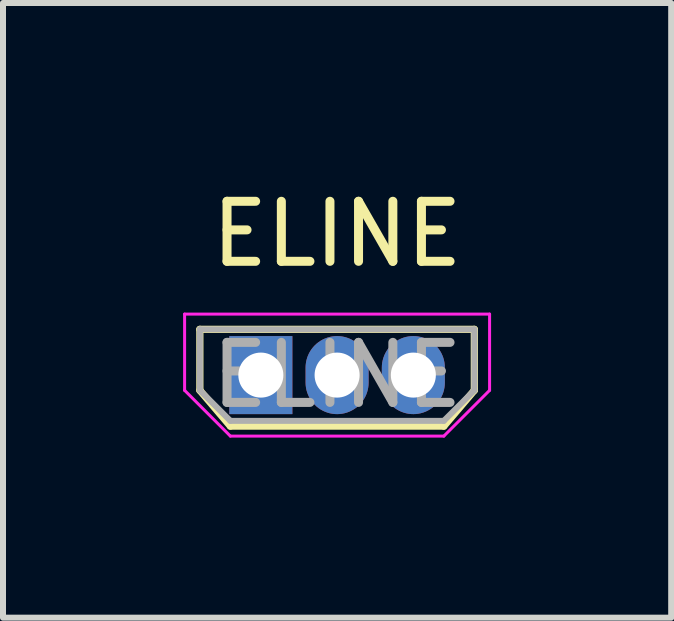
<source format=kicad_pcb>
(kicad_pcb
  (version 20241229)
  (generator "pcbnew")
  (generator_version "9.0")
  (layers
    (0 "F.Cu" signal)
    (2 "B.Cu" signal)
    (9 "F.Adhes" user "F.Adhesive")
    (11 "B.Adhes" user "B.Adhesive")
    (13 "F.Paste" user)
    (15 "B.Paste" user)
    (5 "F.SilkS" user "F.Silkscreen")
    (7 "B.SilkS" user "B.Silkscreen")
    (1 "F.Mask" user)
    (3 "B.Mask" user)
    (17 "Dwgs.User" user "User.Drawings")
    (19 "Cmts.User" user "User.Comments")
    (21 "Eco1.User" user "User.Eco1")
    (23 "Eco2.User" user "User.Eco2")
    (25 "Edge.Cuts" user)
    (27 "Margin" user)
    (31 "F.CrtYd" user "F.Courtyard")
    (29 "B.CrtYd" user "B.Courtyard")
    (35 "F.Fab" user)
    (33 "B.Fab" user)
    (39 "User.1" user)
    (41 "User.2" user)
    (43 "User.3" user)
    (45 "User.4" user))
  (footprint "ELINE"
    (layer "F.Cu")
    (at 1.295 3.198)
    (property "Reference" "ELINE" (at 1.27 -2.35 0) (layer "F.SilkS") (effects (font (size 1 1) (thickness 0.15))))
    (attr through_hole)
    (fp_line (start -1.016 -0.762) (end -1.016 0.254) (stroke (width 0.12) (type solid)) (layer "F.SilkS"))
    (fp_line (start -1.016 0.254) (end -0.508 0.85) (stroke (width 0.12) (type solid)) (layer "F.SilkS"))
    (fp_line (start -0.508 0.85) (end 3.048 0.85) (stroke (width 0.12) (type solid)) (layer "F.SilkS"))
    (fp_line (start 3.048 0.85) (end 3.556 0.254) (stroke (width 0.12) (type solid)) (layer "F.SilkS"))
    (fp_line (start 3.556 -0.762) (end -1.016 -0.762) (stroke (width 0.12) (type solid)) (layer "F.SilkS"))
    (fp_line (start 3.556 0.254) (end 3.556 -0.762) (stroke (width 0.12) (type solid)) (layer "F.SilkS"))
    (fp_line (start -1.27 -1.016) (end -1.27 0.254) (stroke (width 0.05) (type solid)) (layer "F.CrtYd"))
    (fp_line (start -1.27 0.254) (end -0.508 1.016) (stroke (width 0.05) (type solid)) (layer "F.CrtYd"))
    (fp_line (start -0.508 1.016) (end 3.048 1.016) (stroke (width 0.05) (type solid)) (layer "F.CrtYd"))
    (fp_line (start 3.048 1.016) (end 3.81 0.254) (stroke (width 0.05) (type solid)) (layer "F.CrtYd"))
    (fp_line (start 3.81 -1.016) (end -1.27 -1.016) (stroke (width 0.05) (type solid)) (layer "F.CrtYd"))
    (fp_line (start 3.81 0.254) (end 3.81 -1.016) (stroke (width 0.05) (type solid)) (layer "F.CrtYd"))
    (fp_line (start -1.016 -0.762) (end 3.556 -0.762) (stroke (width 0.1) (type solid)) (layer "F.Fab"))
    (fp_line (start -1.016 0.254) (end -1.016 -0.762) (stroke (width 0.1) (type solid)) (layer "F.Fab"))
    (fp_line (start -0.508 0.762) (end -1.016 0.254) (stroke (width 0.1) (type solid)) (layer "F.Fab"))
    (fp_line (start -0.508 0.762) (end 3.048 0.762) (stroke (width 0.1) (type solid)) (layer "F.Fab"))
    (fp_line (start 3.048 0.762) (end 3.556 0.254) (stroke (width 0.1) (type solid)) (layer "F.Fab"))
    (fp_line (start 3.556 0.254) (end 3.556 -0.762) (stroke (width 0.1) (type solid)) (layer "F.Fab"))
    (fp_text user "${REFERENCE}" (at 1.27 0 0) (layer "F.Fab") (effects (font (size 1 1) (thickness 0.15))))
    (pad "1" thru_hole rect (at 0 0) (size 1.05 1.3) (drill 0.75) (layers "*.Cu" "*.Mask"))
    (pad "2" thru_hole oval (at 1.27 0) (size 1.05 1.3) (drill 0.75) (layers "*.Cu" "*.Mask"))
    (pad "3" thru_hole oval (at 2.54 0) (size 1.05 1.3) (drill 0.75) (layers "*.Cu" "*.Mask")))
  (gr_rect
    (start -3 -3)
    (end 8.13 7.239)
    (stroke (width 0.1) (type default))
    (fill no)
    (layer "Edge.Cuts")))
</source>
